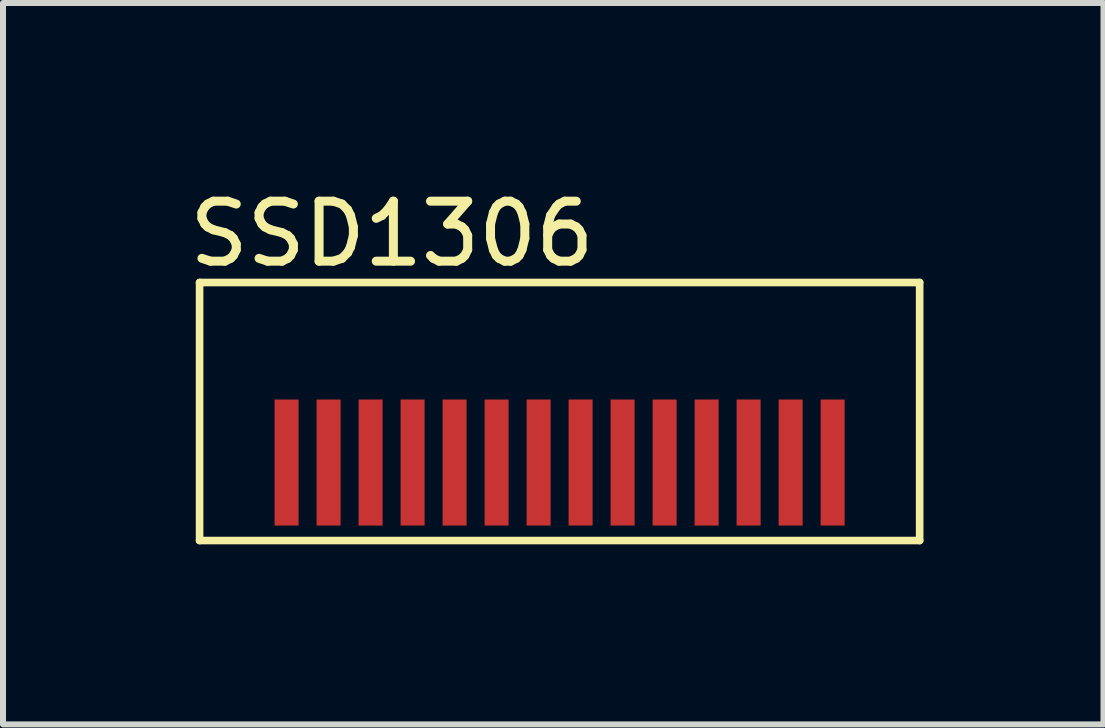
<source format=kicad_pcb>
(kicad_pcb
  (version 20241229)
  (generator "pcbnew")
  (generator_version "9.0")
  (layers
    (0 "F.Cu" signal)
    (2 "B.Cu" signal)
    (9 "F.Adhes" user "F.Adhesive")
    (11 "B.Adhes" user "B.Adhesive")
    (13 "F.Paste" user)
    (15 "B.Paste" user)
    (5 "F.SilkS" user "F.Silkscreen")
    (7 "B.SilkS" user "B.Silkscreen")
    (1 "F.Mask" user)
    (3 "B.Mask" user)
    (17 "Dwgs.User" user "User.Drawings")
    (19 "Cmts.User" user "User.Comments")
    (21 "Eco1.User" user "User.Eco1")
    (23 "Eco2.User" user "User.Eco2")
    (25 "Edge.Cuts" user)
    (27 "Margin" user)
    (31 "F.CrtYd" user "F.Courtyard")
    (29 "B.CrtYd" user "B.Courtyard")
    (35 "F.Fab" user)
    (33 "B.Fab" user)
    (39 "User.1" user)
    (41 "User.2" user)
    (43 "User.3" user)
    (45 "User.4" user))
  (footprint "SSD1306"
    (layer "F.Cu")
    (at 6.276 4.658)
    (property "Reference" "SSD1306" (at -2.794 -3.81 0) (layer "F.SilkS") (effects (font (size 1 1) (thickness 0.15))))
    (attr through_hole)
    (fp_line (start -6 -3) (end 6 -3) (stroke (width 0.127) (type solid)) (layer "F.SilkS"))
    (fp_line (start -6 1.3) (end -6 -3) (stroke (width 0.127) (type solid)) (layer "F.SilkS"))
    (fp_line (start 6 -3) (end 6 1.3) (stroke (width 0.127) (type solid)) (layer "F.SilkS"))
    (fp_line (start 6 1.3) (end -6 1.3) (stroke (width 0.127) (type solid)) (layer "F.SilkS"))
    (pad "1" smd rect (at -4.55 0 180) (size 0.4 2.1) (layers "F.Cu" "F.Mask" "F.Paste"))
    (pad "2" smd rect (at -3.85 0 180) (size 0.4 2.1) (layers "F.Cu" "F.Mask" "F.Paste"))
    (pad "3" smd rect (at -3.15 0 180) (size 0.4 2.1) (layers "F.Cu" "F.Mask" "F.Paste"))
    (pad "4" smd rect (at -2.45 0 180) (size 0.4 2.1) (layers "F.Cu" "F.Mask" "F.Paste"))
    (pad "5" smd rect (at -1.75 0 180) (size 0.4 2.1) (layers "F.Cu" "F.Mask" "F.Paste"))
    (pad "6" smd rect (at -1.05 0 180) (size 0.4 2.1) (layers "F.Cu" "F.Mask" "F.Paste"))
    (pad "7" smd rect (at -0.35 0 180) (size 0.4 2.1) (layers "F.Cu" "F.Mask" "F.Paste"))
    (pad "8" smd rect (at 0.35 0 180) (size 0.4 2.1) (layers "F.Cu" "F.Mask" "F.Paste"))
    (pad "9" smd rect (at 1.05 0 180) (size 0.4 2.1) (layers "F.Cu" "F.Mask" "F.Paste"))
    (pad "10" smd rect (at 1.75 0 180) (size 0.4 2.1) (layers "F.Cu" "F.Mask" "F.Paste"))
    (pad "11" smd rect (at 2.45 0 180) (size 0.4 2.1) (layers "F.Cu" "F.Mask" "F.Paste"))
    (pad "12" smd rect (at 3.15 0 180) (size 0.4 2.1) (layers "F.Cu" "F.Mask" "F.Paste"))
    (pad "13" smd rect (at 3.85 0 180) (size 0.4 2.1) (layers "F.Cu" "F.Mask" "F.Paste"))
    (pad "14" smd rect (at 4.55 0 180) (size 0.4 2.1) (layers "F.Cu" "F.Mask" "F.Paste")))
  (gr_rect
    (start -3 -3)
    (end 15.34 9.022)
    (stroke (width 0.1) (type default))
    (fill no)
    (layer "Edge.Cuts")))
</source>
